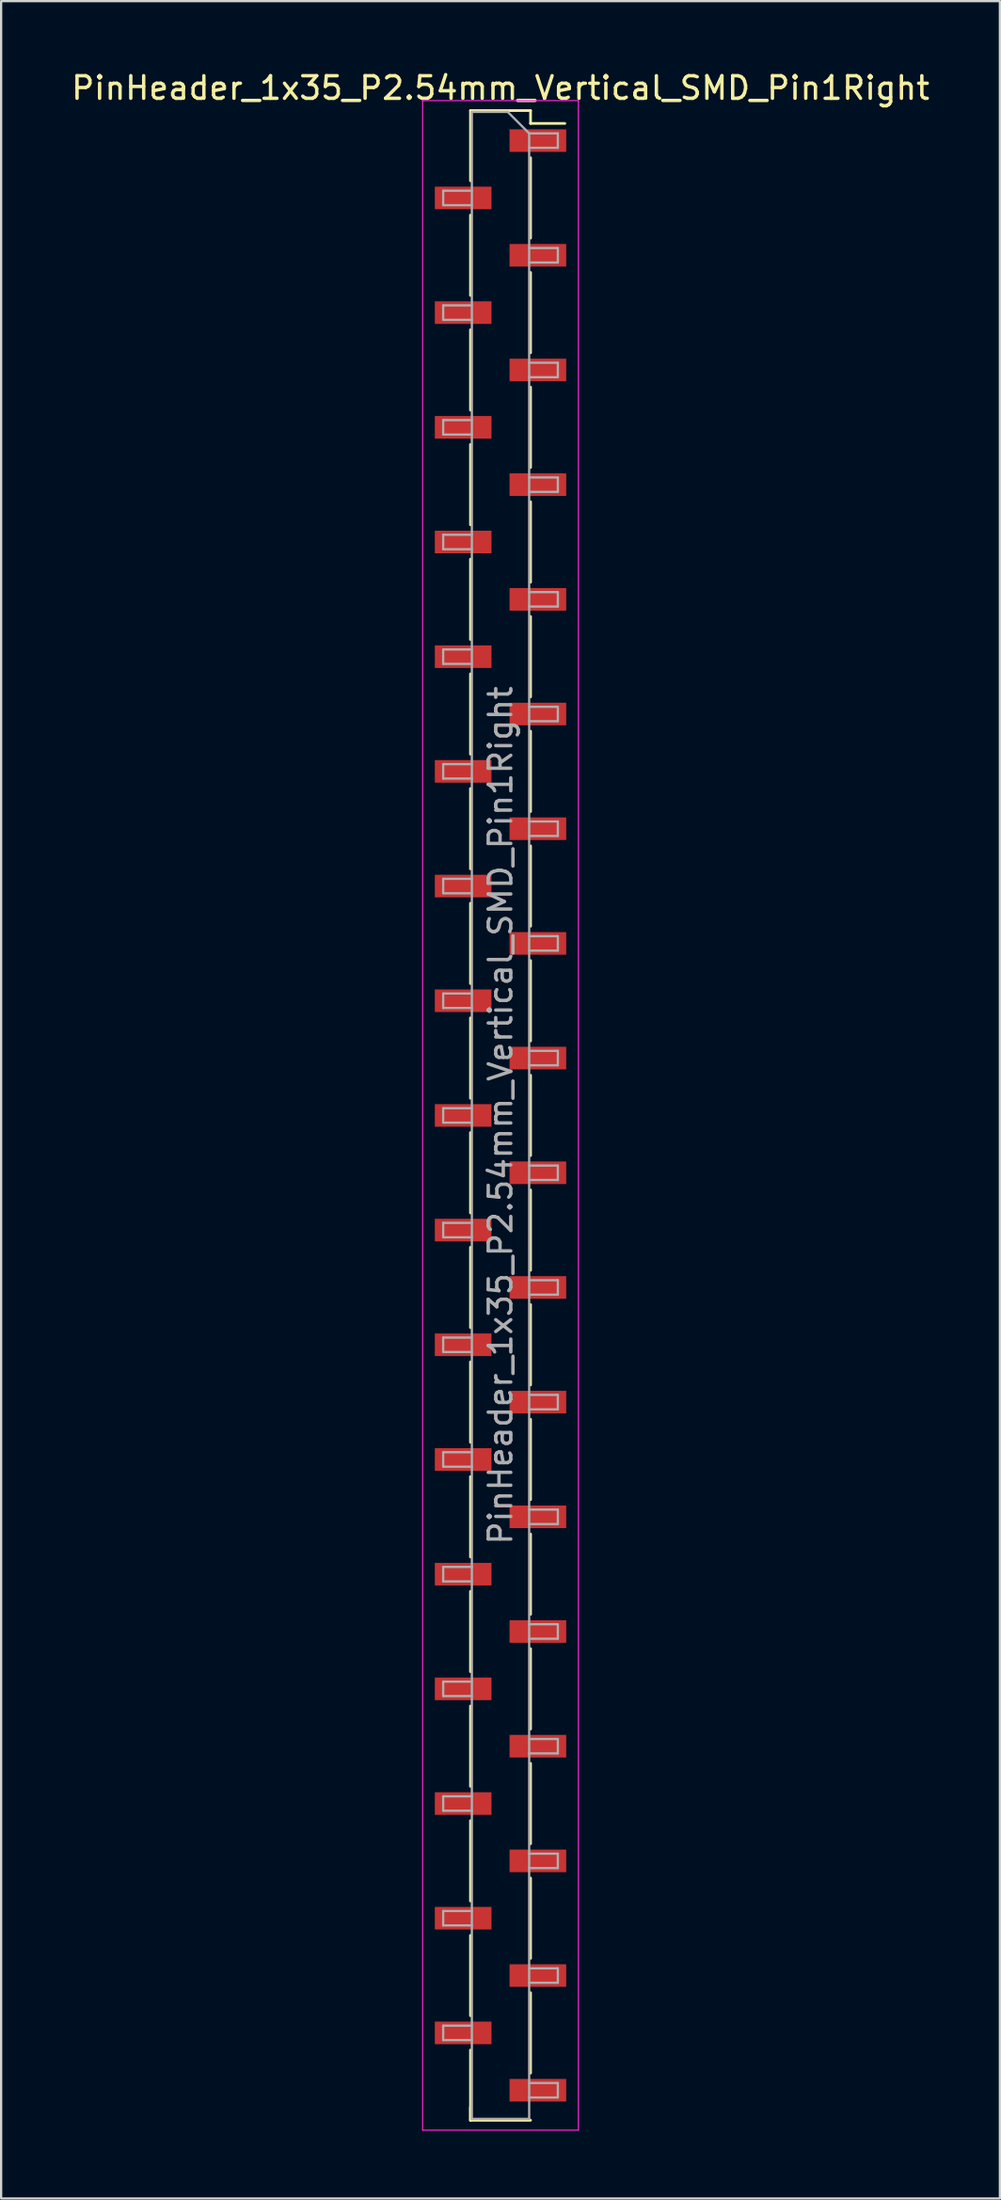
<source format=kicad_pcb>
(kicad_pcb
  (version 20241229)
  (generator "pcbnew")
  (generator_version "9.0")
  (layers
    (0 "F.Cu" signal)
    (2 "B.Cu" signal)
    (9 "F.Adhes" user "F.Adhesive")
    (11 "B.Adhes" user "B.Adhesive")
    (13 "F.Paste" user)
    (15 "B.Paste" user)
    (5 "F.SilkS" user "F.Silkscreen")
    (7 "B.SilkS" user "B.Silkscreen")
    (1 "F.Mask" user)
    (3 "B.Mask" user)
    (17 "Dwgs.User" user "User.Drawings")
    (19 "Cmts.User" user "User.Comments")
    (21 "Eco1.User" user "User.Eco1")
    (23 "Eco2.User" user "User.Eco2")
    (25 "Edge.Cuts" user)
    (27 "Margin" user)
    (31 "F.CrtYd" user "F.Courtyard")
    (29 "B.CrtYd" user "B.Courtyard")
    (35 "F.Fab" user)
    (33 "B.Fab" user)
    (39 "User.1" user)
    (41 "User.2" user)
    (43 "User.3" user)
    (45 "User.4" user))
  (footprint "PinHeader_1x35_P2.54mm_Vertical_SMD_Pin1Right"
    (layer "F.Cu")
    (at 19.125 46.358)
    (property "Reference" "PinHeader_1x35_P2.54mm_Vertical_SMD_Pin1Right" (at 0 -45.51 0) (layer "F.SilkS") (effects (font (size 1 1) (thickness 0.15))))
    (attr smd)
    (fp_line (start -1.33 -44.51) (end -1.33 -41.4) (stroke (width 0.12) (type solid)) (layer "F.SilkS"))
    (fp_line (start -1.33 -44.51) (end 1.33 -44.51) (stroke (width 0.12) (type solid)) (layer "F.SilkS"))
    (fp_line (start -1.33 -39.88) (end -1.33 -36.32) (stroke (width 0.12) (type solid)) (layer "F.SilkS"))
    (fp_line (start -1.33 -34.8) (end -1.33 -31.24) (stroke (width 0.12) (type solid)) (layer "F.SilkS"))
    (fp_line (start -1.33 -29.72) (end -1.33 -26.16) (stroke (width 0.12) (type solid)) (layer "F.SilkS"))
    (fp_line (start -1.33 -24.64) (end -1.33 -21.08) (stroke (width 0.12) (type solid)) (layer "F.SilkS"))
    (fp_line (start -1.33 -19.56) (end -1.33 -16) (stroke (width 0.12) (type solid)) (layer "F.SilkS"))
    (fp_line (start -1.33 -14.48) (end -1.33 -10.92) (stroke (width 0.12) (type solid)) (layer "F.SilkS"))
    (fp_line (start -1.33 -9.4) (end -1.33 -5.84) (stroke (width 0.12) (type solid)) (layer "F.SilkS"))
    (fp_line (start -1.33 -4.32) (end -1.33 -0.76) (stroke (width 0.12) (type solid)) (layer "F.SilkS"))
    (fp_line (start -1.33 0.76) (end -1.33 4.32) (stroke (width 0.12) (type solid)) (layer "F.SilkS"))
    (fp_line (start -1.33 5.84) (end -1.33 9.4) (stroke (width 0.12) (type solid)) (layer "F.SilkS"))
    (fp_line (start -1.33 10.92) (end -1.33 14.48) (stroke (width 0.12) (type solid)) (layer "F.SilkS"))
    (fp_line (start -1.33 16) (end -1.33 19.56) (stroke (width 0.12) (type solid)) (layer "F.SilkS"))
    (fp_line (start -1.33 21.08) (end -1.33 24.64) (stroke (width 0.12) (type solid)) (layer "F.SilkS"))
    (fp_line (start -1.33 26.16) (end -1.33 29.72) (stroke (width 0.12) (type solid)) (layer "F.SilkS"))
    (fp_line (start -1.33 31.24) (end -1.33 34.8) (stroke (width 0.12) (type solid)) (layer "F.SilkS"))
    (fp_line (start -1.33 36.32) (end -1.33 39.88) (stroke (width 0.12) (type solid)) (layer "F.SilkS"))
    (fp_line (start -1.33 41.4) (end -1.33 44.51) (stroke (width 0.12) (type solid)) (layer "F.SilkS"))
    (fp_line (start -1.33 43.94) (end -1.33 44.51) (stroke (width 0.12) (type solid)) (layer "F.SilkS"))
    (fp_line (start -1.33 44.51) (end 1.33 44.51) (stroke (width 0.12) (type solid)) (layer "F.SilkS"))
    (fp_line (start 1.33 -44.51) (end 1.33 -43.94) (stroke (width 0.12) (type solid)) (layer "F.SilkS"))
    (fp_line (start 1.33 -43.94) (end 2.85 -43.94) (stroke (width 0.12) (type solid)) (layer "F.SilkS"))
    (fp_line (start 1.33 -42.42) (end 1.33 -38.86) (stroke (width 0.12) (type solid)) (layer "F.SilkS"))
    (fp_line (start 1.33 -37.34) (end 1.33 -33.78) (stroke (width 0.12) (type solid)) (layer "F.SilkS"))
    (fp_line (start 1.33 -32.26) (end 1.33 -28.7) (stroke (width 0.12) (type solid)) (layer "F.SilkS"))
    (fp_line (start 1.33 -27.18) (end 1.33 -23.62) (stroke (width 0.12) (type solid)) (layer "F.SilkS"))
    (fp_line (start 1.33 -22.1) (end 1.33 -18.54) (stroke (width 0.12) (type solid)) (layer "F.SilkS"))
    (fp_line (start 1.33 -17.02) (end 1.33 -13.46) (stroke (width 0.12) (type solid)) (layer "F.SilkS"))
    (fp_line (start 1.33 -11.94) (end 1.33 -8.38) (stroke (width 0.12) (type solid)) (layer "F.SilkS"))
    (fp_line (start 1.33 -6.86) (end 1.33 -3.3) (stroke (width 0.12) (type solid)) (layer "F.SilkS"))
    (fp_line (start 1.33 -1.78) (end 1.33 1.78) (stroke (width 0.12) (type solid)) (layer "F.SilkS"))
    (fp_line (start 1.33 3.3) (end 1.33 6.86) (stroke (width 0.12) (type solid)) (layer "F.SilkS"))
    (fp_line (start 1.33 8.38) (end 1.33 11.94) (stroke (width 0.12) (type solid)) (layer "F.SilkS"))
    (fp_line (start 1.33 13.46) (end 1.33 17.02) (stroke (width 0.12) (type solid)) (layer "F.SilkS"))
    (fp_line (start 1.33 18.54) (end 1.33 22.1) (stroke (width 0.12) (type solid)) (layer "F.SilkS"))
    (fp_line (start 1.33 23.62) (end 1.33 27.18) (stroke (width 0.12) (type solid)) (layer "F.SilkS"))
    (fp_line (start 1.33 28.7) (end 1.33 32.26) (stroke (width 0.12) (type solid)) (layer "F.SilkS"))
    (fp_line (start 1.33 33.78) (end 1.33 37.34) (stroke (width 0.12) (type solid)) (layer "F.SilkS"))
    (fp_line (start 1.33 38.86) (end 1.33 42.42) (stroke (width 0.12) (type solid)) (layer "F.SilkS"))
    (fp_line (start -3.45 -44.95) (end -3.45 44.95) (stroke (width 0.05) (type solid)) (layer "F.CrtYd"))
    (fp_line (start -3.45 44.95) (end 3.45 44.95) (stroke (width 0.05) (type solid)) (layer "F.CrtYd"))
    (fp_line (start 3.45 -44.95) (end -3.45 -44.95) (stroke (width 0.05) (type solid)) (layer "F.CrtYd"))
    (fp_line (start 3.45 44.95) (end 3.45 -44.95) (stroke (width 0.05) (type solid)) (layer "F.CrtYd"))
    (fp_line (start -2.54 -40.96) (end -2.54 -40.32) (stroke (width 0.1) (type solid)) (layer "F.Fab"))
    (fp_line (start -2.54 -40.32) (end -1.27 -40.32) (stroke (width 0.1) (type solid)) (layer "F.Fab"))
    (fp_line (start -2.54 -35.88) (end -2.54 -35.24) (stroke (width 0.1) (type solid)) (layer "F.Fab"))
    (fp_line (start -2.54 -35.24) (end -1.27 -35.24) (stroke (width 0.1) (type solid)) (layer "F.Fab"))
    (fp_line (start -2.54 -30.8) (end -2.54 -30.16) (stroke (width 0.1) (type solid)) (layer "F.Fab"))
    (fp_line (start -2.54 -30.16) (end -1.27 -30.16) (stroke (width 0.1) (type solid)) (layer "F.Fab"))
    (fp_line (start -2.54 -25.72) (end -2.54 -25.08) (stroke (width 0.1) (type solid)) (layer "F.Fab"))
    (fp_line (start -2.54 -25.08) (end -1.27 -25.08) (stroke (width 0.1) (type solid)) (layer "F.Fab"))
    (fp_line (start -2.54 -20.64) (end -2.54 -20) (stroke (width 0.1) (type solid)) (layer "F.Fab"))
    (fp_line (start -2.54 -20) (end -1.27 -20) (stroke (width 0.1) (type solid)) (layer "F.Fab"))
    (fp_line (start -2.54 -15.56) (end -2.54 -14.92) (stroke (width 0.1) (type solid)) (layer "F.Fab"))
    (fp_line (start -2.54 -14.92) (end -1.27 -14.92) (stroke (width 0.1) (type solid)) (layer "F.Fab"))
    (fp_line (start -2.54 -10.48) (end -2.54 -9.84) (stroke (width 0.1) (type solid)) (layer "F.Fab"))
    (fp_line (start -2.54 -9.84) (end -1.27 -9.84) (stroke (width 0.1) (type solid)) (layer "F.Fab"))
    (fp_line (start -2.54 -5.4) (end -2.54 -4.76) (stroke (width 0.1) (type solid)) (layer "F.Fab"))
    (fp_line (start -2.54 -4.76) (end -1.27 -4.76) (stroke (width 0.1) (type solid)) (layer "F.Fab"))
    (fp_line (start -2.54 -0.32) (end -2.54 0.32) (stroke (width 0.1) (type solid)) (layer "F.Fab"))
    (fp_line (start -2.54 0.32) (end -1.27 0.32) (stroke (width 0.1) (type solid)) (layer "F.Fab"))
    (fp_line (start -2.54 4.76) (end -2.54 5.4) (stroke (width 0.1) (type solid)) (layer "F.Fab"))
    (fp_line (start -2.54 5.4) (end -1.27 5.4) (stroke (width 0.1) (type solid)) (layer "F.Fab"))
    (fp_line (start -2.54 9.84) (end -2.54 10.48) (stroke (width 0.1) (type solid)) (layer "F.Fab"))
    (fp_line (start -2.54 10.48) (end -1.27 10.48) (stroke (width 0.1) (type solid)) (layer "F.Fab"))
    (fp_line (start -2.54 14.92) (end -2.54 15.56) (stroke (width 0.1) (type solid)) (layer "F.Fab"))
    (fp_line (start -2.54 15.56) (end -1.27 15.56) (stroke (width 0.1) (type solid)) (layer "F.Fab"))
    (fp_line (start -2.54 20) (end -2.54 20.64) (stroke (width 0.1) (type solid)) (layer "F.Fab"))
    (fp_line (start -2.54 20.64) (end -1.27 20.64) (stroke (width 0.1) (type solid)) (layer "F.Fab"))
    (fp_line (start -2.54 25.08) (end -2.54 25.72) (stroke (width 0.1) (type solid)) (layer "F.Fab"))
    (fp_line (start -2.54 25.72) (end -1.27 25.72) (stroke (width 0.1) (type solid)) (layer "F.Fab"))
    (fp_line (start -2.54 30.16) (end -2.54 30.8) (stroke (width 0.1) (type solid)) (layer "F.Fab"))
    (fp_line (start -2.54 30.8) (end -1.27 30.8) (stroke (width 0.1) (type solid)) (layer "F.Fab"))
    (fp_line (start -2.54 35.24) (end -2.54 35.88) (stroke (width 0.1) (type solid)) (layer "F.Fab"))
    (fp_line (start -2.54 35.88) (end -1.27 35.88) (stroke (width 0.1) (type solid)) (layer "F.Fab"))
    (fp_line (start -2.54 40.32) (end -2.54 40.96) (stroke (width 0.1) (type solid)) (layer "F.Fab"))
    (fp_line (start -2.54 40.96) (end -1.27 40.96) (stroke (width 0.1) (type solid)) (layer "F.Fab"))
    (fp_line (start -1.27 -44.45) (end -1.27 44.45) (stroke (width 0.1) (type solid)) (layer "F.Fab"))
    (fp_line (start -1.27 -44.45) (end 0.32 -44.45) (stroke (width 0.1) (type solid)) (layer "F.Fab"))
    (fp_line (start -1.27 -40.96) (end -2.54 -40.96) (stroke (width 0.1) (type solid)) (layer "F.Fab"))
    (fp_line (start -1.27 -35.88) (end -2.54 -35.88) (stroke (width 0.1) (type solid)) (layer "F.Fab"))
    (fp_line (start -1.27 -30.8) (end -2.54 -30.8) (stroke (width 0.1) (type solid)) (layer "F.Fab"))
    (fp_line (start -1.27 -25.72) (end -2.54 -25.72) (stroke (width 0.1) (type solid)) (layer "F.Fab"))
    (fp_line (start -1.27 -20.64) (end -2.54 -20.64) (stroke (width 0.1) (type solid)) (layer "F.Fab"))
    (fp_line (start -1.27 -15.56) (end -2.54 -15.56) (stroke (width 0.1) (type solid)) (layer "F.Fab"))
    (fp_line (start -1.27 -10.48) (end -2.54 -10.48) (stroke (width 0.1) (type solid)) (layer "F.Fab"))
    (fp_line (start -1.27 -5.4) (end -2.54 -5.4) (stroke (width 0.1) (type solid)) (layer "F.Fab"))
    (fp_line (start -1.27 -0.32) (end -2.54 -0.32) (stroke (width 0.1) (type solid)) (layer "F.Fab"))
    (fp_line (start -1.27 4.76) (end -2.54 4.76) (stroke (width 0.1) (type solid)) (layer "F.Fab"))
    (fp_line (start -1.27 9.84) (end -2.54 9.84) (stroke (width 0.1) (type solid)) (layer "F.Fab"))
    (fp_line (start -1.27 14.92) (end -2.54 14.92) (stroke (width 0.1) (type solid)) (layer "F.Fab"))
    (fp_line (start -1.27 20) (end -2.54 20) (stroke (width 0.1) (type solid)) (layer "F.Fab"))
    (fp_line (start -1.27 25.08) (end -2.54 25.08) (stroke (width 0.1) (type solid)) (layer "F.Fab"))
    (fp_line (start -1.27 30.16) (end -2.54 30.16) (stroke (width 0.1) (type solid)) (layer "F.Fab"))
    (fp_line (start -1.27 35.24) (end -2.54 35.24) (stroke (width 0.1) (type solid)) (layer "F.Fab"))
    (fp_line (start -1.27 40.32) (end -2.54 40.32) (stroke (width 0.1) (type solid)) (layer "F.Fab"))
    (fp_line (start 1.27 -43.5) (end 0.32 -44.45) (stroke (width 0.1) (type solid)) (layer "F.Fab"))
    (fp_line (start 1.27 -43.5) (end 2.54 -43.5) (stroke (width 0.1) (type solid)) (layer "F.Fab"))
    (fp_line (start 1.27 -38.42) (end 2.54 -38.42) (stroke (width 0.1) (type solid)) (layer "F.Fab"))
    (fp_line (start 1.27 -33.34) (end 2.54 -33.34) (stroke (width 0.1) (type solid)) (layer "F.Fab"))
    (fp_line (start 1.27 -28.26) (end 2.54 -28.26) (stroke (width 0.1) (type solid)) (layer "F.Fab"))
    (fp_line (start 1.27 -23.18) (end 2.54 -23.18) (stroke (width 0.1) (type solid)) (layer "F.Fab"))
    (fp_line (start 1.27 -18.1) (end 2.54 -18.1) (stroke (width 0.1) (type solid)) (layer "F.Fab"))
    (fp_line (start 1.27 -13.02) (end 2.54 -13.02) (stroke (width 0.1) (type solid)) (layer "F.Fab"))
    (fp_line (start 1.27 -7.94) (end 2.54 -7.94) (stroke (width 0.1) (type solid)) (layer "F.Fab"))
    (fp_line (start 1.27 -2.86) (end 2.54 -2.86) (stroke (width 0.1) (type solid)) (layer "F.Fab"))
    (fp_line (start 1.27 2.22) (end 2.54 2.22) (stroke (width 0.1) (type solid)) (layer "F.Fab"))
    (fp_line (start 1.27 7.3) (end 2.54 7.3) (stroke (width 0.1) (type solid)) (layer "F.Fab"))
    (fp_line (start 1.27 12.38) (end 2.54 12.38) (stroke (width 0.1) (type solid)) (layer "F.Fab"))
    (fp_line (start 1.27 17.46) (end 2.54 17.46) (stroke (width 0.1) (type solid)) (layer "F.Fab"))
    (fp_line (start 1.27 22.54) (end 2.54 22.54) (stroke (width 0.1) (type solid)) (layer "F.Fab"))
    (fp_line (start 1.27 27.62) (end 2.54 27.62) (stroke (width 0.1) (type solid)) (layer "F.Fab"))
    (fp_line (start 1.27 32.7) (end 2.54 32.7) (stroke (width 0.1) (type solid)) (layer "F.Fab"))
    (fp_line (start 1.27 37.78) (end 2.54 37.78) (stroke (width 0.1) (type solid)) (layer "F.Fab"))
    (fp_line (start 1.27 42.86) (end 2.54 42.86) (stroke (width 0.1) (type solid)) (layer "F.Fab"))
    (fp_line (start 1.27 44.45) (end -1.27 44.45) (stroke (width 0.1) (type solid)) (layer "F.Fab"))
    (fp_line (start 1.27 44.45) (end 1.27 -43.5) (stroke (width 0.1) (type solid)) (layer "F.Fab"))
    (fp_line (start 2.54 -43.5) (end 2.54 -42.86) (stroke (width 0.1) (type solid)) (layer "F.Fab"))
    (fp_line (start 2.54 -42.86) (end 1.27 -42.86) (stroke (width 0.1) (type solid)) (layer "F.Fab"))
    (fp_line (start 2.54 -38.42) (end 2.54 -37.78) (stroke (width 0.1) (type solid)) (layer "F.Fab"))
    (fp_line (start 2.54 -37.78) (end 1.27 -37.78) (stroke (width 0.1) (type solid)) (layer "F.Fab"))
    (fp_line (start 2.54 -33.34) (end 2.54 -32.7) (stroke (width 0.1) (type solid)) (layer "F.Fab"))
    (fp_line (start 2.54 -32.7) (end 1.27 -32.7) (stroke (width 0.1) (type solid)) (layer "F.Fab"))
    (fp_line (start 2.54 -28.26) (end 2.54 -27.62) (stroke (width 0.1) (type solid)) (layer "F.Fab"))
    (fp_line (start 2.54 -27.62) (end 1.27 -27.62) (stroke (width 0.1) (type solid)) (layer "F.Fab"))
    (fp_line (start 2.54 -23.18) (end 2.54 -22.54) (stroke (width 0.1) (type solid)) (layer "F.Fab"))
    (fp_line (start 2.54 -22.54) (end 1.27 -22.54) (stroke (width 0.1) (type solid)) (layer "F.Fab"))
    (fp_line (start 2.54 -18.1) (end 2.54 -17.46) (stroke (width 0.1) (type solid)) (layer "F.Fab"))
    (fp_line (start 2.54 -17.46) (end 1.27 -17.46) (stroke (width 0.1) (type solid)) (layer "F.Fab"))
    (fp_line (start 2.54 -13.02) (end 2.54 -12.38) (stroke (width 0.1) (type solid)) (layer "F.Fab"))
    (fp_line (start 2.54 -12.38) (end 1.27 -12.38) (stroke (width 0.1) (type solid)) (layer "F.Fab"))
    (fp_line (start 2.54 -7.94) (end 2.54 -7.3) (stroke (width 0.1) (type solid)) (layer "F.Fab"))
    (fp_line (start 2.54 -7.3) (end 1.27 -7.3) (stroke (width 0.1) (type solid)) (layer "F.Fab"))
    (fp_line (start 2.54 -2.86) (end 2.54 -2.22) (stroke (width 0.1) (type solid)) (layer "F.Fab"))
    (fp_line (start 2.54 -2.22) (end 1.27 -2.22) (stroke (width 0.1) (type solid)) (layer "F.Fab"))
    (fp_line (start 2.54 2.22) (end 2.54 2.86) (stroke (width 0.1) (type solid)) (layer "F.Fab"))
    (fp_line (start 2.54 2.86) (end 1.27 2.86) (stroke (width 0.1) (type solid)) (layer "F.Fab"))
    (fp_line (start 2.54 7.3) (end 2.54 7.94) (stroke (width 0.1) (type solid)) (layer "F.Fab"))
    (fp_line (start 2.54 7.94) (end 1.27 7.94) (stroke (width 0.1) (type solid)) (layer "F.Fab"))
    (fp_line (start 2.54 12.38) (end 2.54 13.02) (stroke (width 0.1) (type solid)) (layer "F.Fab"))
    (fp_line (start 2.54 13.02) (end 1.27 13.02) (stroke (width 0.1) (type solid)) (layer "F.Fab"))
    (fp_line (start 2.54 17.46) (end 2.54 18.1) (stroke (width 0.1) (type solid)) (layer "F.Fab"))
    (fp_line (start 2.54 18.1) (end 1.27 18.1) (stroke (width 0.1) (type solid)) (layer "F.Fab"))
    (fp_line (start 2.54 22.54) (end 2.54 23.18) (stroke (width 0.1) (type solid)) (layer "F.Fab"))
    (fp_line (start 2.54 23.18) (end 1.27 23.18) (stroke (width 0.1) (type solid)) (layer "F.Fab"))
    (fp_line (start 2.54 27.62) (end 2.54 28.26) (stroke (width 0.1) (type solid)) (layer "F.Fab"))
    (fp_line (start 2.54 28.26) (end 1.27 28.26) (stroke (width 0.1) (type solid)) (layer "F.Fab"))
    (fp_line (start 2.54 32.7) (end 2.54 33.34) (stroke (width 0.1) (type solid)) (layer "F.Fab"))
    (fp_line (start 2.54 33.34) (end 1.27 33.34) (stroke (width 0.1) (type solid)) (layer "F.Fab"))
    (fp_line (start 2.54 37.78) (end 2.54 38.42) (stroke (width 0.1) (type solid)) (layer "F.Fab"))
    (fp_line (start 2.54 38.42) (end 1.27 38.42) (stroke (width 0.1) (type solid)) (layer "F.Fab"))
    (fp_line (start 2.54 42.86) (end 2.54 43.5) (stroke (width 0.1) (type solid)) (layer "F.Fab"))
    (fp_line (start 2.54 43.5) (end 1.27 43.5) (stroke (width 0.1) (type solid)) (layer "F.Fab"))
    (fp_text user "${REFERENCE}" (at 0 0 90) (layer "F.Fab") (effects (font (size 1 1) (thickness 0.15))))
    (pad "1" smd rect (at 1.655 -43.18) (size 2.51 1) (layers "F.Cu" "F.Mask" "F.Paste"))
    (pad "2" smd rect (at -1.655 -40.64) (size 2.51 1) (layers "F.Cu" "F.Mask" "F.Paste"))
    (pad "3" smd rect (at 1.655 -38.1) (size 2.51 1) (layers "F.Cu" "F.Mask" "F.Paste"))
    (pad "4" smd rect (at -1.655 -35.56) (size 2.51 1) (layers "F.Cu" "F.Mask" "F.Paste"))
    (pad "5" smd rect (at 1.655 -33.02) (size 2.51 1) (layers "F.Cu" "F.Mask" "F.Paste"))
    (pad "6" smd rect (at -1.655 -30.48) (size 2.51 1) (layers "F.Cu" "F.Mask" "F.Paste"))
    (pad "7" smd rect (at 1.655 -27.94) (size 2.51 1) (layers "F.Cu" "F.Mask" "F.Paste"))
    (pad "8" smd rect (at -1.655 -25.4) (size 2.51 1) (layers "F.Cu" "F.Mask" "F.Paste"))
    (pad "9" smd rect (at 1.655 -22.86) (size 2.51 1) (layers "F.Cu" "F.Mask" "F.Paste"))
    (pad "10" smd rect (at -1.655 -20.32) (size 2.51 1) (layers "F.Cu" "F.Mask" "F.Paste"))
    (pad "11" smd rect (at 1.655 -17.78) (size 2.51 1) (layers "F.Cu" "F.Mask" "F.Paste"))
    (pad "12" smd rect (at -1.655 -15.24) (size 2.51 1) (layers "F.Cu" "F.Mask" "F.Paste"))
    (pad "13" smd rect (at 1.655 -12.7) (size 2.51 1) (layers "F.Cu" "F.Mask" "F.Paste"))
    (pad "14" smd rect (at -1.655 -10.16) (size 2.51 1) (layers "F.Cu" "F.Mask" "F.Paste"))
    (pad "15" smd rect (at 1.655 -7.62) (size 2.51 1) (layers "F.Cu" "F.Mask" "F.Paste"))
    (pad "16" smd rect (at -1.655 -5.08) (size 2.51 1) (layers "F.Cu" "F.Mask" "F.Paste"))
    (pad "17" smd rect (at 1.655 -2.54) (size 2.51 1) (layers "F.Cu" "F.Mask" "F.Paste"))
    (pad "18" smd rect (at -1.655 0) (size 2.51 1) (layers "F.Cu" "F.Mask" "F.Paste"))
    (pad "19" smd rect (at 1.655 2.54) (size 2.51 1) (layers "F.Cu" "F.Mask" "F.Paste"))
    (pad "20" smd rect (at -1.655 5.08) (size 2.51 1) (layers "F.Cu" "F.Mask" "F.Paste"))
    (pad "21" smd rect (at 1.655 7.62) (size 2.51 1) (layers "F.Cu" "F.Mask" "F.Paste"))
    (pad "22" smd rect (at -1.655 10.16) (size 2.51 1) (layers "F.Cu" "F.Mask" "F.Paste"))
    (pad "23" smd rect (at 1.655 12.7) (size 2.51 1) (layers "F.Cu" "F.Mask" "F.Paste"))
    (pad "24" smd rect (at -1.655 15.24) (size 2.51 1) (layers "F.Cu" "F.Mask" "F.Paste"))
    (pad "25" smd rect (at 1.655 17.78) (size 2.51 1) (layers "F.Cu" "F.Mask" "F.Paste"))
    (pad "26" smd rect (at -1.655 20.32) (size 2.51 1) (layers "F.Cu" "F.Mask" "F.Paste"))
    (pad "27" smd rect (at 1.655 22.86) (size 2.51 1) (layers "F.Cu" "F.Mask" "F.Paste"))
    (pad "28" smd rect (at -1.655 25.4) (size 2.51 1) (layers "F.Cu" "F.Mask" "F.Paste"))
    (pad "29" smd rect (at 1.655 27.94) (size 2.51 1) (layers "F.Cu" "F.Mask" "F.Paste"))
    (pad "30" smd rect (at -1.655 30.48) (size 2.51 1) (layers "F.Cu" "F.Mask" "F.Paste"))
    (pad "31" smd rect (at 1.655 33.02) (size 2.51 1) (layers "F.Cu" "F.Mask" "F.Paste"))
    (pad "32" smd rect (at -1.655 35.56) (size 2.51 1) (layers "F.Cu" "F.Mask" "F.Paste"))
    (pad "33" smd rect (at 1.655 38.1) (size 2.51 1) (layers "F.Cu" "F.Mask" "F.Paste"))
    (pad "34" smd rect (at -1.655 40.64) (size 2.51 1) (layers "F.Cu" "F.Mask" "F.Paste"))
    (pad "35" smd rect (at 1.655 43.18) (size 2.51 1) (layers "F.Cu" "F.Mask" "F.Paste")))
  (gr_rect
    (start -3 -3)
    (end 41.25 94.333)
    (stroke (width 0.1) (type default))
    (fill no)
    (layer "Edge.Cuts")))
</source>
